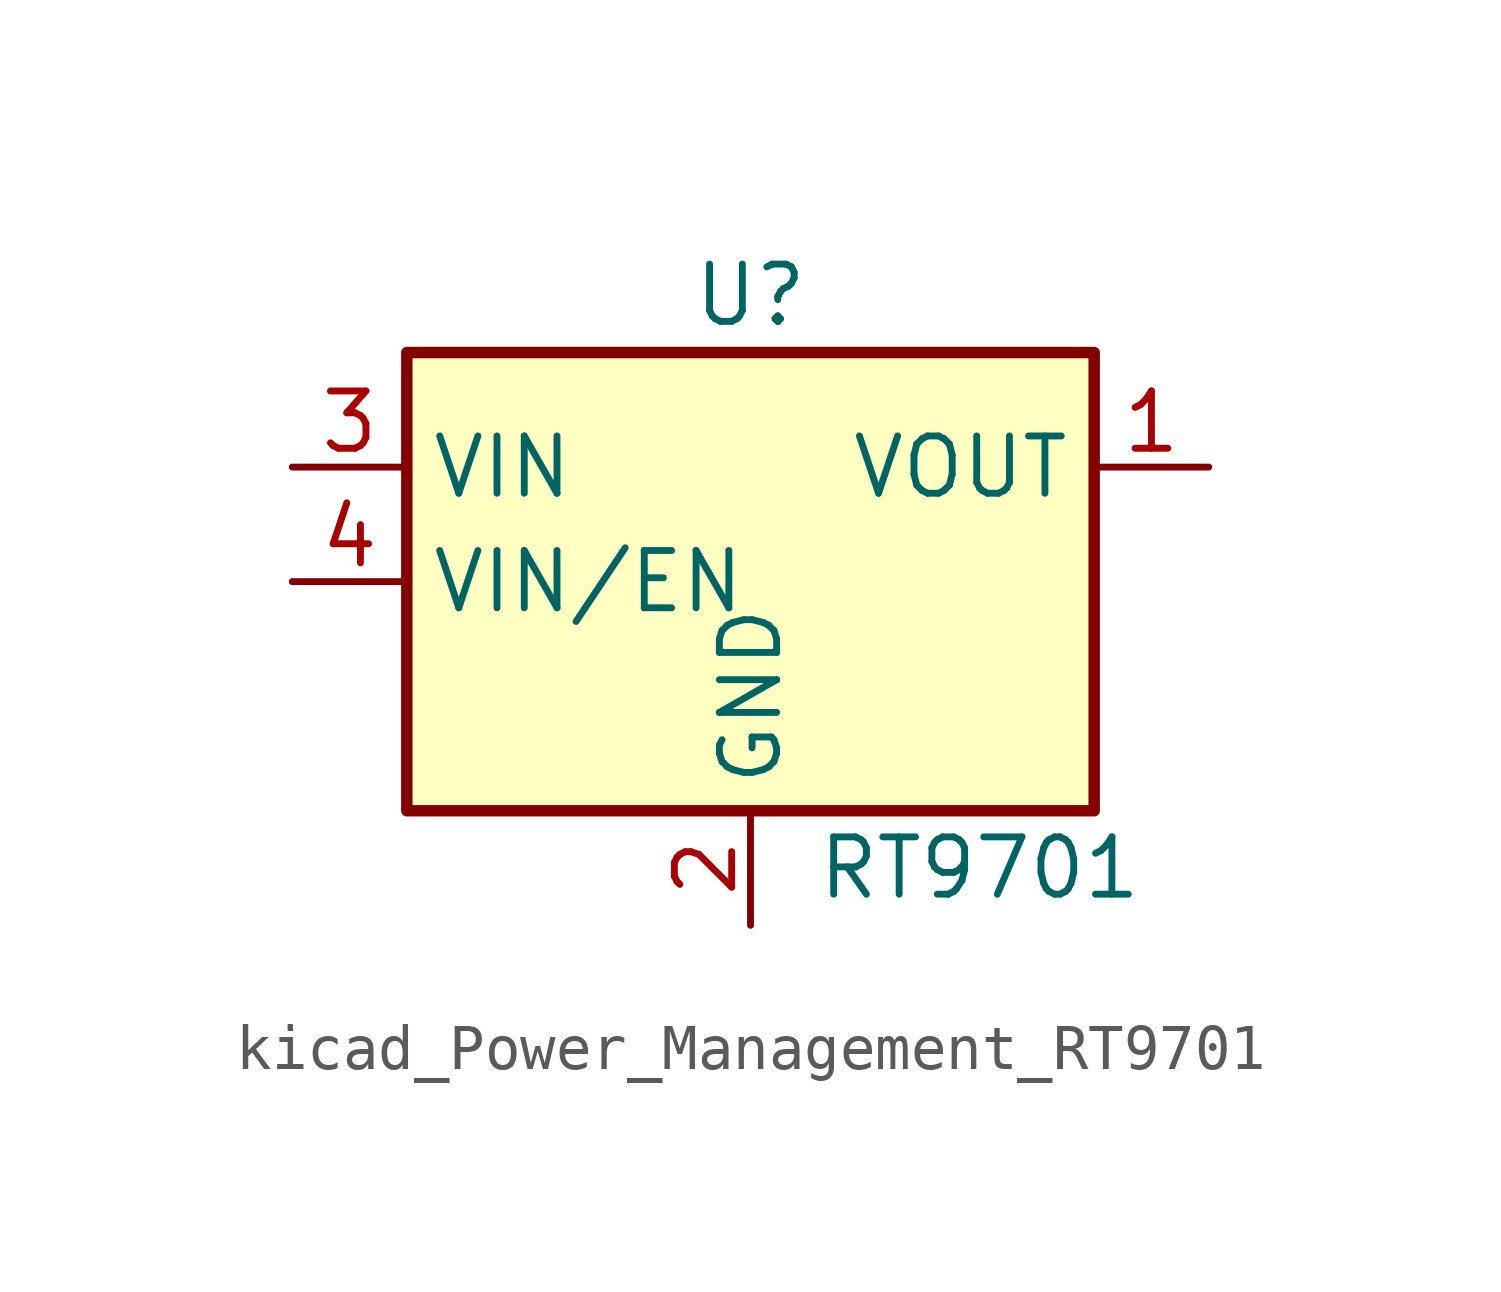
<source format=kicad_sym>
(kicad_symbol_lib
  (version 20220914)
  (generator kicad_symbol_editor)
  (symbol "kicad_Power_Management_RT9701"
    (property "Reference" "U"
      (at 0 6.35 0)
      (effects (font (size 1.27 1.27))))
    (property "Value" "RT9701"
      (at 5.08 -6.35 0)
      (effects (font (size 1.27 1.27))))
    (symbol "kicad_Power_Management_RT9701_0_1"
      (rectangle (start -7.62 5.08) (end 7.62 -5.08) (stroke (width 0.254) (type default)) (fill (type background))))
    (symbol "kicad_Power_Management_RT9701_1_1"
      (pin power_out line (at 10.16 2.54 180) (length 2.54) (name "VOUT" (effects (font (size 1.27 1.27)))) (number "1" (effects (font (size 1.27 1.27)))))
      (pin power_in line (at 0 -7.62 90) (length 2.54) (name "GND" (effects (font (size 1.27 1.27)))) (number "2" (effects (font (size 1.27 1.27)))))
      (pin power_in line (at -10.16 2.54 0) (length 2.54) (name "VIN" (effects (font (size 1.27 1.27)))) (number "3" (effects (font (size 1.27 1.27)))))
      (pin input line (at -10.16 0 0) (length 2.54) (name "VIN/EN" (effects (font (size 1.27 1.27)))) (number "4" (effects (font (size 1.27 1.27)))))
      (pin passive line (at 10.16 2.54 180) (length 2.54) hide (name "VOUT" (effects (font (size 1.27 1.27)))) (number "5" (effects (font (size 1.27 1.27))))))))
</source>
